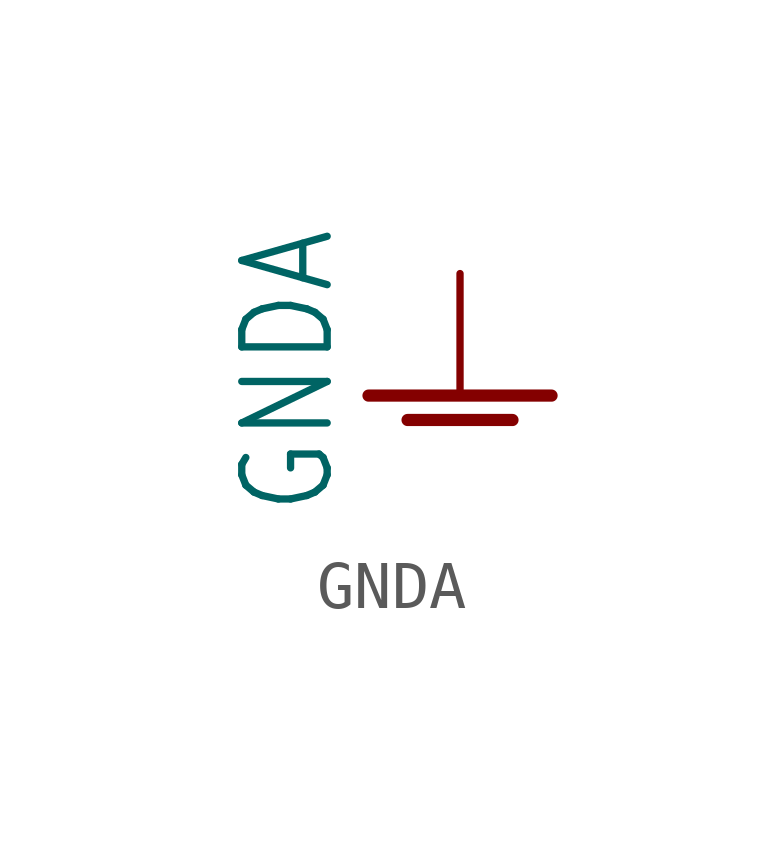
<source format=kicad_sym>
(kicad_symbol_lib
  (version 20211014)
  (generator kicad_symbol_editor)
  (symbol "GNDA"
    (power)
    (property "Reference" "#GND"
      (at 0 0 0)
      (effects (font (size 1.27 1.27)) hide))
    (property "Value" "GNDA"
      (at -2.54 -2.54 90)
      (effects (font (size 1.778 1.511)) (justify left bottom)))
    (property "ki_locked" ""
      (at 0 0 0)
      (effects (font (size 1.27 1.27))))
    (symbol "GNDA_1_0"
      (polyline (pts (xy -1.905 0) (xy 1.905 0)) (stroke (width 0.254) (type default) (color 0 0 0 0)) (fill (type none)))
      (polyline (pts (xy -1.092 -0.508) (xy 1.092 -0.508)) (stroke (width 0.254) (type default) (color 0 0 0 0)) (fill (type none)))
      (pin power_in line (at 0 2.54 270) (length 2.54) (name "GNDA" (effects (font (size 0 0)))) (number "1" (effects (font (size 0 0))))))))
</source>
